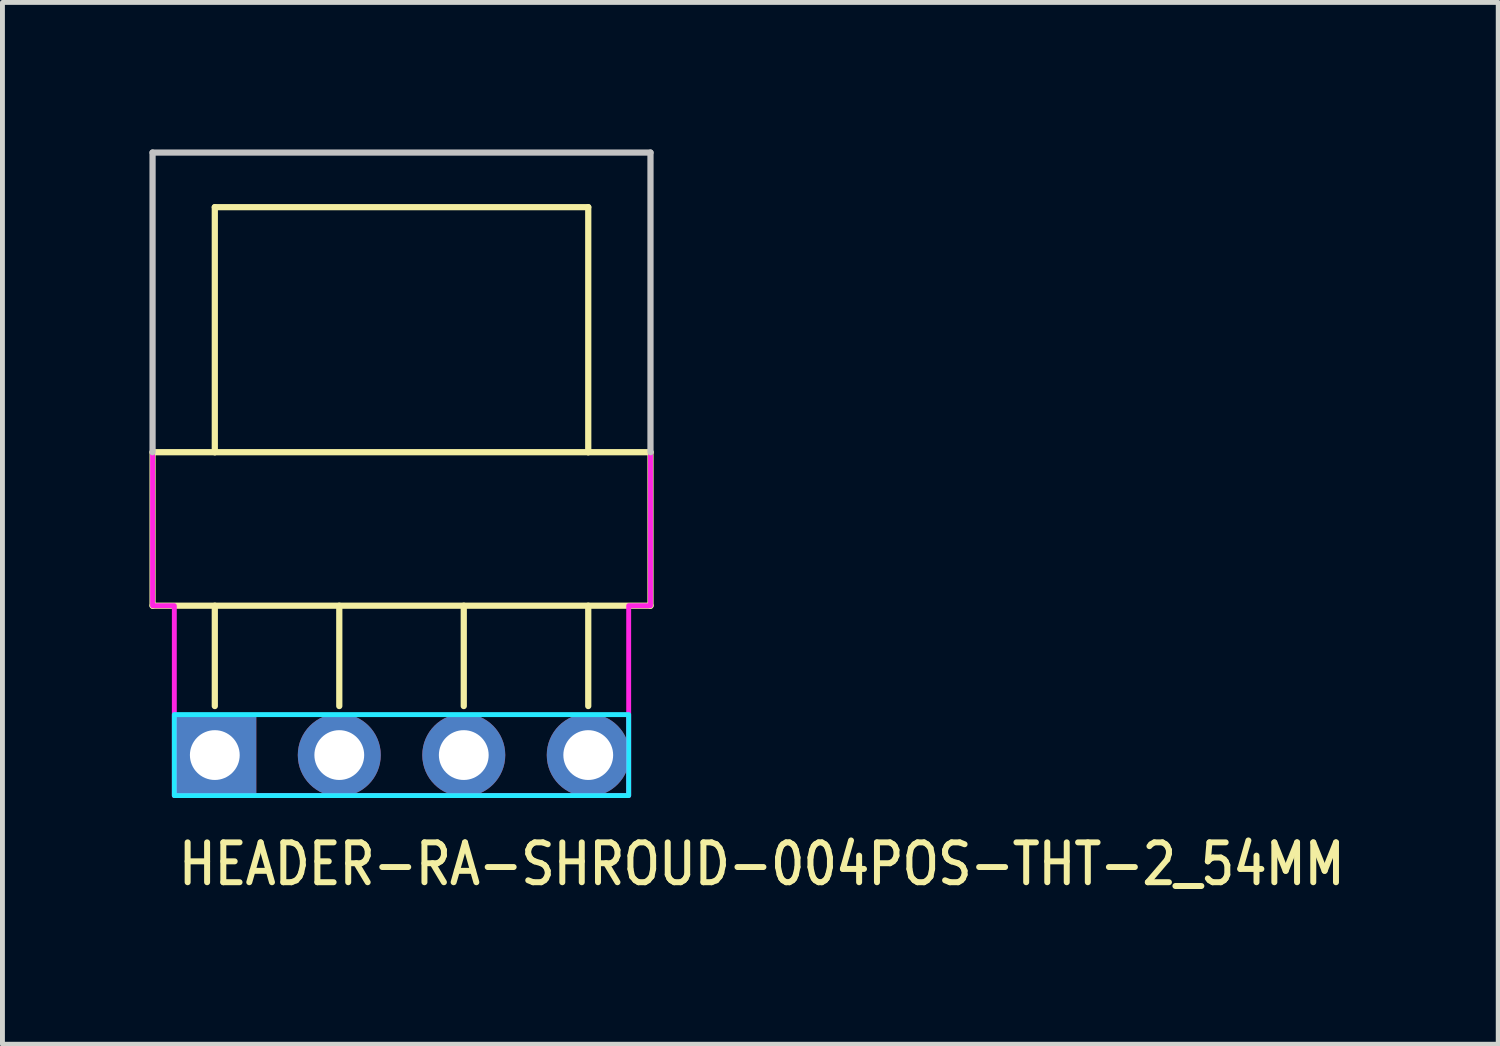
<source format=kicad_pcb>
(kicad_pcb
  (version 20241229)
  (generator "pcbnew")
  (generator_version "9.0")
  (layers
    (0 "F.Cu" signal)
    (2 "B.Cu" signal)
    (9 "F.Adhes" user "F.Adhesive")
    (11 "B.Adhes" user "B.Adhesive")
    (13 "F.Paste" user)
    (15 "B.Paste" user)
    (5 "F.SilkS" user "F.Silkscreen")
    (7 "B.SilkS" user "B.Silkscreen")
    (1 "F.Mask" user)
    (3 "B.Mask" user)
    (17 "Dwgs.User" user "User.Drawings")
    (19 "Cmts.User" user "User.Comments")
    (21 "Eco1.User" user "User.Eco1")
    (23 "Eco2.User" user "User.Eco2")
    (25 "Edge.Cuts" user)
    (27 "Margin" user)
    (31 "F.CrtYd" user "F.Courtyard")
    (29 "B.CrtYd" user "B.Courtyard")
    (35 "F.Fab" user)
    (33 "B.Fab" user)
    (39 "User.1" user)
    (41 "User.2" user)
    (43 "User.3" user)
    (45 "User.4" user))
  (footprint "HEADER-RA-SHROUD-004POS-THT-2_54MM"
    (layer "F.Cu")
    (at 1.333 12.357)
    (property "Reference" "HEADER-RA-SHROUD-004POS-THT-2_54MM" (at -0.8 2.7 0) (unlocked yes) (layer "F.SilkS") (effects (font (size 0.813 0.695) (thickness 0.122)) (justify left bottom)))
    (fp_line (start -1.27 -6.18) (end -1.27 -3.048) (stroke (width 0.127) (type solid)) (layer "F.SilkS"))
    (fp_line (start -1.27 -3.048) (end 8.89 -3.048) (stroke (width 0.127) (type solid)) (layer "F.SilkS"))
    (fp_line (start 0 -11.18) (end 0 -6.18) (stroke (width 0.127) (type solid)) (layer "F.SilkS"))
    (fp_line (start 0 -6.18) (end -1.27 -6.18) (stroke (width 0.127) (type solid)) (layer "F.SilkS"))
    (fp_line (start 0 -1) (end 0 -3.048) (stroke (width 0.127) (type solid)) (layer "F.SilkS"))
    (fp_line (start 2.54 -1) (end 2.54 -3.048) (stroke (width 0.127) (type solid)) (layer "F.SilkS"))
    (fp_line (start 5.08 -1) (end 5.08 -3.048) (stroke (width 0.127) (type solid)) (layer "F.SilkS"))
    (fp_line (start 7.62 -11.18) (end 0 -11.18) (stroke (width 0.127) (type solid)) (layer "F.SilkS"))
    (fp_line (start 7.62 -6.18) (end 0 -6.18) (stroke (width 0.127) (type solid)) (layer "F.SilkS"))
    (fp_line (start 7.62 -6.18) (end 7.62 -11.18) (stroke (width 0.127) (type solid)) (layer "F.SilkS"))
    (fp_line (start 7.62 -1) (end 7.62 -3.048) (stroke (width 0.127) (type solid)) (layer "F.SilkS"))
    (fp_line (start 8.89 -6.18) (end 7.62 -6.18) (stroke (width 0.127) (type solid)) (layer "F.SilkS"))
    (fp_line (start 8.89 -3.048) (end 8.89 -6.18) (stroke (width 0.127) (type solid)) (layer "F.SilkS"))
    (fp_line (start -1.27 -12.294) (end 8.89 -12.294) (stroke (width 0.127) (type solid)) (layer "Dwgs.User"))
    (fp_line (start -1.27 -6.18) (end -1.27 -12.294) (stroke (width 0.127) (type solid)) (layer "Dwgs.User"))
    (fp_line (start 8.89 -12.294) (end 8.89 -6.18) (stroke (width 0.127) (type solid)) (layer "Dwgs.User"))
    (fp_poly (pts (xy -0.826 -0.826) (xy -0.826 0.826) (xy 8.445 0.826) (xy 8.445 -0.826)) (stroke (width 0.1) (type solid)) (fill no) (layer "B.CrtYd"))
    (fp_poly (pts (xy -1.27 -12.294) (xy -1.27 -3.048) (xy -0.826 -3.048) (xy -0.826 0.826) (xy 8.445 0.826) (xy 8.445 -3.048) (xy 8.89 -3.048) (xy 8.89 -12.294)) (stroke (width 0.1) (type solid)) (fill no) (layer "F.CrtYd"))
    (pad "P$1" thru_hole rect (at 0 0) (size 1.693 1.693) (drill 1.016) (layers "*.Cu" "*.Mask"))
    (pad "P$2" thru_hole oval (at 2.54 0) (size 1.693 1.693) (drill 1.016) (layers "*.Cu" "*.Mask"))
    (pad "P$3" thru_hole oval (at 5.08 0) (size 1.693 1.693) (drill 1.016) (layers "*.Cu" "*.Mask"))
    (pad "P$4" thru_hole oval (at 7.62 0) (size 1.693 1.693) (drill 1.016) (layers "*.Cu" "*.Mask")))
  (gr_rect
    (start -3 -3)
    (end 27.521 18.257)
    (stroke (width 0.1) (type default))
    (fill no)
    (layer "Edge.Cuts")))
</source>
